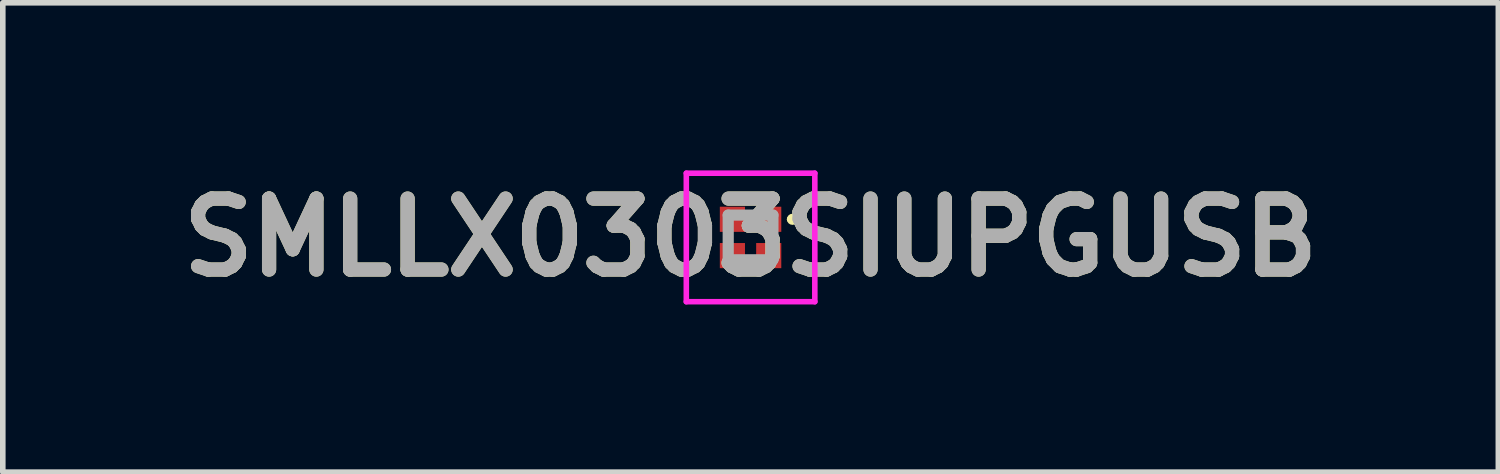
<source format=kicad_pcb>
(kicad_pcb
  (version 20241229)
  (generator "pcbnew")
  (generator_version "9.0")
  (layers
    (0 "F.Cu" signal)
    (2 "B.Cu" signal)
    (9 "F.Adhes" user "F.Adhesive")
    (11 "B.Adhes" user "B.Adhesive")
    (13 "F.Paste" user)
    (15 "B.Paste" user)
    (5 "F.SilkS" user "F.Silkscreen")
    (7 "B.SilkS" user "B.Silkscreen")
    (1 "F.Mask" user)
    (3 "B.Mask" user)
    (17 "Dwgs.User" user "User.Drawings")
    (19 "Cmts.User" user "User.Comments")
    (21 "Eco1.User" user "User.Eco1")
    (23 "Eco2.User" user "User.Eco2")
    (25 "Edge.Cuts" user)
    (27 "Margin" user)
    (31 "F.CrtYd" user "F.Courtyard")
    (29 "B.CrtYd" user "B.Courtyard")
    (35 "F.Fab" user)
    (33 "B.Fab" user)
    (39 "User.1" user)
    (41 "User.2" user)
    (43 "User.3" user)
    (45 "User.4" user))
  (footprint "SMLLX0303SIUPGUSB"
    (layer "F.Cu")
    (at 10.384 1.2)
    (property "Reference" "SMLLX0303SIUPGUSB" (at 0 0 0) (layer "F.SilkS") (effects (font (size 1.27 1.27) (thickness 0.254))))
    (attr smd)
    (fp_line (start 0.7 -0.325) (end 0.7 -0.325) (stroke (width 0.1) (type solid)) (layer "F.SilkS"))
    (fp_line (start 0.8 -0.325) (end 0.8 -0.325) (stroke (width 0.1) (type solid)) (layer "F.SilkS"))
    (fp_arc (start 0.7 -0.325) (mid 0.75 -0.375) (end 0.8 -0.325) (stroke (width 0.1) (type solid)) (layer "F.SilkS"))
    (fp_arc (start 0.8 -0.325) (mid 0.75 -0.275) (end 0.7 -0.325) (stroke (width 0.1) (type solid)) (layer "F.SilkS"))
    (fp_line (start -1.15 -1.15) (end 1.15 -1.15) (stroke (width 0.1) (type solid)) (layer "F.CrtYd"))
    (fp_line (start -1.15 1.15) (end -1.15 -1.15) (stroke (width 0.1) (type solid)) (layer "F.CrtYd"))
    (fp_line (start 1.15 -1.15) (end 1.15 1.15) (stroke (width 0.1) (type solid)) (layer "F.CrtYd"))
    (fp_line (start 1.15 1.15) (end -1.15 1.15) (stroke (width 0.1) (type solid)) (layer "F.CrtYd"))
    (fp_line (start -0.4 -0.4) (end 0.4 -0.4) (stroke (width 0.2) (type solid)) (layer "F.Fab"))
    (fp_line (start -0.4 0.4) (end -0.4 -0.4) (stroke (width 0.2) (type solid)) (layer "F.Fab"))
    (fp_line (start 0.4 -0.4) (end 0.4 0.4) (stroke (width 0.2) (type solid)) (layer "F.Fab"))
    (fp_line (start 0.4 0.4) (end -0.4 0.4) (stroke (width 0.2) (type solid)) (layer "F.Fab"))
    (fp_text user "${REFERENCE}" (at 0 0 0) (layer "F.Fab") (effects (font (size 1.27 1.27) (thickness 0.254))))
    (pad "1" smd rect (at 0.325 -0.325 90) (size 0.45 0.45) (layers "F.Cu" "F.Mask" "F.Paste"))
    (pad "2" smd rect (at 0.325 0.325 90) (size 0.45 0.45) (layers "F.Cu" "F.Mask" "F.Paste"))
    (pad "3" smd rect (at -0.325 0.325 90) (size 0.45 0.45) (layers "F.Cu" "F.Mask" "F.Paste"))
    (pad "4" smd rect (at -0.325 -0.325 90) (size 0.45 0.45) (layers "F.Cu" "F.Mask" "F.Paste")))
  (gr_rect
    (start -3 -3)
    (end 23.768 5.4)
    (stroke (width 0.1) (type default))
    (fill no)
    (layer "Edge.Cuts")))
</source>
